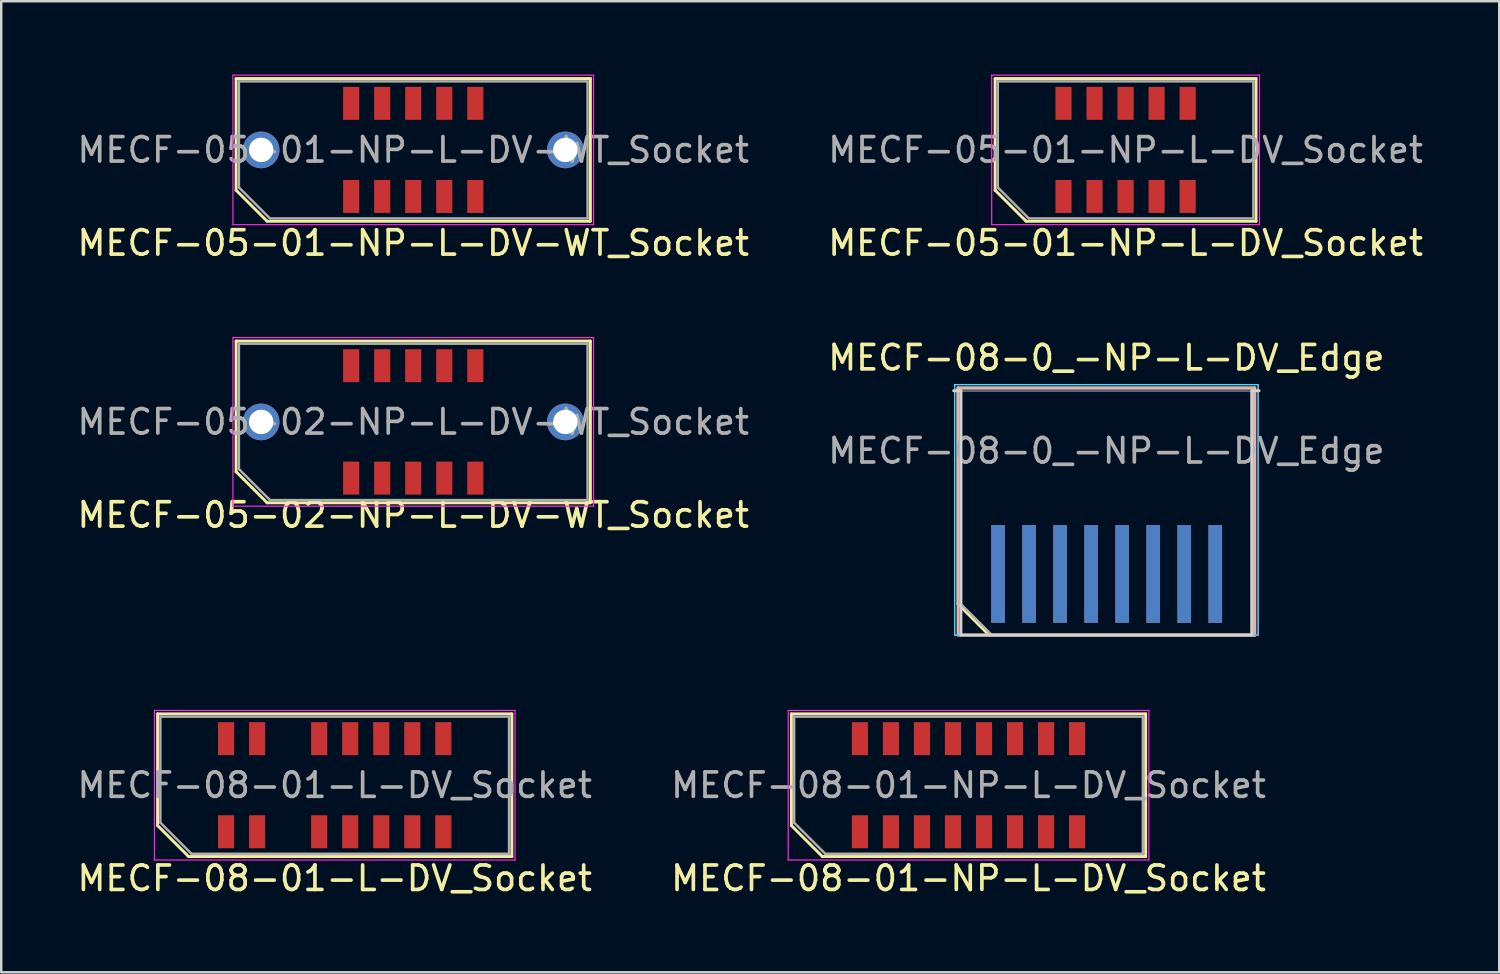
<source format=kicad_pcb>
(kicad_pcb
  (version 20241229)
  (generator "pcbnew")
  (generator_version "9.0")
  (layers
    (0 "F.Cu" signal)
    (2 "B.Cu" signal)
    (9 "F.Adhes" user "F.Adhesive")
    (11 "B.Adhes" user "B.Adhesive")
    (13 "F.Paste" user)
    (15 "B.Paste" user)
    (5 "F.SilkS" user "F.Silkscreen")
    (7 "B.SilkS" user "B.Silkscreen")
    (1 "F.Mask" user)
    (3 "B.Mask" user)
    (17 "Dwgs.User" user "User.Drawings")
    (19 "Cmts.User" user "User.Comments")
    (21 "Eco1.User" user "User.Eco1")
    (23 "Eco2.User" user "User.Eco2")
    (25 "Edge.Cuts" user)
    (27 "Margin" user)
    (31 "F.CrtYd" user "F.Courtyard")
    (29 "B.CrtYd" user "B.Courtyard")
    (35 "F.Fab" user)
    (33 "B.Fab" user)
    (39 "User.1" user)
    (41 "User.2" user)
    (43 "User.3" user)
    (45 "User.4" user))
  (footprint "MECF-08-01-NP-L-DV_Socket"
    (layer "F.Cu")
    (at 36.589 29.087)
    (property "Reference" "MECF-08-01-NP-L-DV_Socket" (at 0 3.81 0) (layer "F.SilkS") (effects (font (size 1 1) (thickness 0.15))))
    (attr smd)
    (fp_line (start -7.25 -2.92) (end 7.25 -2.92) (stroke (width 0.12) (type solid)) (layer "F.SilkS"))
    (fp_line (start -7.25 1.65) (end -7.25 -2.92) (stroke (width 0.12) (type solid)) (layer "F.SilkS"))
    (fp_line (start -5.98 2.92) (end -7.25 1.65) (stroke (width 0.12) (type solid)) (layer "F.SilkS"))
    (fp_line (start -5.98 2.92) (end 7.25 2.92) (stroke (width 0.12) (type solid)) (layer "F.SilkS"))
    (fp_line (start 7.25 2.92) (end 7.25 -2.92) (stroke (width 0.12) (type solid)) (layer "F.SilkS"))
    (fp_line (start -7.38 -3.06) (end -7.38 3.06) (stroke (width 0.05) (type solid)) (layer "F.CrtYd"))
    (fp_line (start -7.38 3.06) (end 7.38 3.06) (stroke (width 0.05) (type solid)) (layer "F.CrtYd"))
    (fp_line (start 7.38 -3.06) (end -7.38 -3.06) (stroke (width 0.05) (type solid)) (layer "F.CrtYd"))
    (fp_line (start 7.38 3.06) (end 7.38 -3.06) (stroke (width 0.05) (type solid)) (layer "F.CrtYd"))
    (fp_line (start -7.135 -2.805) (end 7.135 -2.805) (stroke (width 0.1) (type solid)) (layer "F.Fab"))
    (fp_line (start -7.135 1.535) (end -7.135 -2.805) (stroke (width 0.1) (type solid)) (layer "F.Fab"))
    (fp_line (start -7.135 1.535) (end -5.865 2.805) (stroke (width 0.1) (type solid)) (layer "F.Fab"))
    (fp_line (start -5.865 2.805) (end 7.135 2.805) (stroke (width 0.1) (type solid)) (layer "F.Fab"))
    (fp_line (start 7.135 2.805) (end 7.135 -2.805) (stroke (width 0.1) (type solid)) (layer "F.Fab"))
    (fp_text user "${REFERENCE}" (at 0 0 0) (layer "F.Fab") (effects (font (size 1 1) (thickness 0.15))))
    (pad "" np_thru_hole circle (at -6.225 0) (size 0.001 0.001) (drill 1.45) (layers "*.Cu" "*.Mask"))
    (pad "" np_thru_hole circle (at 6.225 1) (size 0.001 0.001) (drill 1.45) (layers "*.Cu" "*.Mask"))
    (pad "1" smd rect (at -4.445 1.905) (size 0.66 1.35) (layers "F.Cu" "F.Mask" "F.Paste"))
    (pad "2" smd rect (at -4.445 -1.905) (size 0.66 1.35) (layers "F.Cu" "F.Mask" "F.Paste"))
    (pad "3" smd rect (at -3.175 1.905) (size 0.66 1.35) (layers "F.Cu" "F.Mask" "F.Paste"))
    (pad "4" smd rect (at -3.175 -1.905) (size 0.66 1.35) (layers "F.Cu" "F.Mask" "F.Paste"))
    (pad "5" smd rect (at -1.905 1.905) (size 0.66 1.35) (layers "F.Cu" "F.Mask" "F.Paste"))
    (pad "6" smd rect (at -1.905 -1.905) (size 0.66 1.35) (layers "F.Cu" "F.Mask" "F.Paste"))
    (pad "7" smd rect (at -0.635 1.905) (size 0.66 1.35) (layers "F.Cu" "F.Mask" "F.Paste"))
    (pad "8" smd rect (at -0.635 -1.905) (size 0.66 1.35) (layers "F.Cu" "F.Mask" "F.Paste"))
    (pad "9" smd rect (at 0.635 1.905) (size 0.66 1.35) (layers "F.Cu" "F.Mask" "F.Paste"))
    (pad "10" smd rect (at 0.635 -1.905) (size 0.66 1.35) (layers "F.Cu" "F.Mask" "F.Paste"))
    (pad "11" smd rect (at 1.905 1.905) (size 0.66 1.35) (layers "F.Cu" "F.Mask" "F.Paste"))
    (pad "12" smd rect (at 1.905 -1.905) (size 0.66 1.35) (layers "F.Cu" "F.Mask" "F.Paste"))
    (pad "13" smd rect (at 3.175 1.905) (size 0.66 1.35) (layers "F.Cu" "F.Mask" "F.Paste"))
    (pad "14" smd rect (at 3.175 -1.905) (size 0.66 1.35) (layers "F.Cu" "F.Mask" "F.Paste"))
    (pad "15" smd rect (at 4.445 1.905) (size 0.66 1.35) (layers "F.Cu" "F.Mask" "F.Paste"))
    (pad "16" smd rect (at 4.445 -1.905) (size 0.66 1.35) (layers "F.Cu" "F.Mask" "F.Paste")))
  (footprint "MECF-08-0_-NP-L-DV_Edge"
    (layer "F.Cu")
    (at 42.232 17.942)
    (property "Reference" "MECF-08-0_-NP-L-DV_Edge" (at 0 -6.35 0) (layer "F.SilkS") (effects (font (size 1 1) (thickness 0.15))))
    (attr exclude_from_pos_files exclude_from_bom)
    (fp_line (start -6.07 -5.11) (end 6.07 -5.11) (stroke (width 0.12) (type solid)) (layer "F.SilkS"))
    (fp_line (start -6.07 3.73) (end -6.07 -5.11) (stroke (width 0.12) (type solid)) (layer "F.SilkS"))
    (fp_line (start -4.8 5) (end -6.07 3.73) (stroke (width 0.12) (type solid)) (layer "F.SilkS"))
    (fp_line (start -4.8 5) (end 6.07 5) (stroke (width 0.12) (type solid)) (layer "F.SilkS"))
    (fp_line (start 6.07 5) (end 6.07 -5.11) (stroke (width 0.12) (type solid)) (layer "F.SilkS"))
    (fp_line (start -6.07 -5.11) (end 6.07 -5.11) (stroke (width 0.12) (type solid)) (layer "B.SilkS"))
    (fp_line (start -6.07 5) (end -6.07 -5.11) (stroke (width 0.12) (type solid)) (layer "B.SilkS"))
    (fp_line (start -6.07 5) (end 6.07 5) (stroke (width 0.12) (type solid)) (layer "B.SilkS"))
    (fp_line (start 6.07 5) (end 6.07 -5.11) (stroke (width 0.12) (type solid)) (layer "B.SilkS"))
    (fp_line (start -6.25 -5) (end -5.955 -5) (stroke (width 0.12) (type solid)) (layer "Edge.Cuts"))
    (fp_line (start -5.955 5) (end -5.955 -5) (stroke (width 0.12) (type solid)) (layer "Edge.Cuts"))
    (fp_line (start -5.955 5) (end 5.955 5) (stroke (width 0.12) (type solid)) (layer "Edge.Cuts"))
    (fp_line (start 5.955 5) (end 5.955 -5) (stroke (width 0.12) (type solid)) (layer "Edge.Cuts"))
    (fp_line (start 6.25 -5) (end 5.955 -5) (stroke (width 0.12) (type solid)) (layer "Edge.Cuts"))
    (fp_line (start -6.21 -5.25) (end -6.21 5) (stroke (width 0.05) (type solid)) (layer "B.CrtYd"))
    (fp_line (start -6.21 5) (end 6.21 5) (stroke (width 0.05) (type solid)) (layer "B.CrtYd"))
    (fp_line (start 6.21 -5.25) (end -6.21 -5.25) (stroke (width 0.05) (type solid)) (layer "B.CrtYd"))
    (fp_line (start 6.21 5) (end 6.21 -5.25) (stroke (width 0.05) (type solid)) (layer "B.CrtYd"))
    (fp_line (start -6.21 -5.25) (end -6.21 5) (stroke (width 0.05) (type solid)) (layer "F.CrtYd"))
    (fp_line (start -6.21 5) (end 6.21 5) (stroke (width 0.05) (type solid)) (layer "F.CrtYd"))
    (fp_line (start 6.21 -5.25) (end -6.21 -5.25) (stroke (width 0.05) (type solid)) (layer "F.CrtYd"))
    (fp_line (start 6.21 5) (end 6.21 -5.25) (stroke (width 0.05) (type solid)) (layer "F.CrtYd"))
    (fp_line (start -5.955 -5) (end 5.955 -5) (stroke (width 0.1) (type solid)) (layer "B.Fab"))
    (fp_line (start -5.955 5) (end -5.955 -5) (stroke (width 0.1) (type solid)) (layer "B.Fab"))
    (fp_line (start -5.955 5) (end 5.955 5) (stroke (width 0.1) (type solid)) (layer "B.Fab"))
    (fp_line (start 5.955 5) (end 5.955 -5) (stroke (width 0.1) (type solid)) (layer "B.Fab"))
    (fp_line (start -5.955 -5) (end 5.955 -5) (stroke (width 0.1) (type solid)) (layer "F.Fab"))
    (fp_line (start -5.955 3.73) (end -5.955 -5) (stroke (width 0.1) (type solid)) (layer "F.Fab"))
    (fp_line (start -5.955 3.73) (end -4.685 5) (stroke (width 0.1) (type solid)) (layer "F.Fab"))
    (fp_line (start -4.685 5) (end 5.955 5) (stroke (width 0.1) (type solid)) (layer "F.Fab"))
    (fp_line (start 5.955 5) (end 5.955 -5) (stroke (width 0.1) (type solid)) (layer "F.Fab"))
    (fp_text user "${REFERENCE}" (at 0 -2.54 0) (layer "F.Fab") (effects (font (size 1 1) (thickness 0.15))))
    (pad "1" smd rect (at -4.435 2.5) (size 0.56 4) (layers "F.Cu" "F.Mask" "F.Paste"))
    (pad "2" smd rect (at -4.435 2.5) (size 0.56 4) (layers "B.Cu" "B.Mask" "B.Paste"))
    (pad "3" smd rect (at -3.165 2.5) (size 0.56 4) (layers "F.Cu" "F.Mask" "F.Paste"))
    (pad "4" smd rect (at -3.165 2.5) (size 0.56 4) (layers "B.Cu" "B.Mask" "B.Paste"))
    (pad "5" smd rect (at -1.895 2.5) (size 0.56 4) (layers "F.Cu" "F.Mask" "F.Paste"))
    (pad "6" smd rect (at -1.895 2.5) (size 0.56 4) (layers "B.Cu" "B.Mask" "B.Paste"))
    (pad "7" smd rect (at -0.625 2.5) (size 0.56 4) (layers "F.Cu" "F.Mask" "F.Paste"))
    (pad "8" smd rect (at -0.625 2.5) (size 0.56 4) (layers "B.Cu" "B.Mask" "B.Paste"))
    (pad "9" smd rect (at 0.645 2.5) (size 0.56 4) (layers "F.Cu" "F.Mask" "F.Paste"))
    (pad "10" smd rect (at 0.645 2.5) (size 0.56 4) (layers "B.Cu" "B.Mask" "B.Paste"))
    (pad "11" smd rect (at 1.915 2.5) (size 0.56 4) (layers "F.Cu" "F.Mask" "F.Paste"))
    (pad "12" smd rect (at 1.915 2.5) (size 0.56 4) (layers "B.Cu" "B.Mask" "B.Paste"))
    (pad "13" smd rect (at 3.185 2.5) (size 0.56 4) (layers "F.Cu" "F.Mask" "F.Paste"))
    (pad "14" smd rect (at 3.185 2.5) (size 0.56 4) (layers "B.Cu" "B.Mask" "B.Paste"))
    (pad "15" smd rect (at 4.455 2.5) (size 0.56 4) (layers "F.Cu" "F.Mask" "F.Paste"))
    (pad "16" smd rect (at 4.455 2.5) (size 0.56 4) (layers "B.Cu" "B.Mask" "B.Paste")))
  (footprint "MECF-05-02-NP-L-DV-WT_Socket"
    (layer "F.Cu")
    (at 13.863 14.218)
    (property "Reference" "MECF-05-02-NP-L-DV-WT_Socket" (at 0 3.81 0) (layer "F.SilkS") (effects (font (size 1 1) (thickness 0.15))))
    (attr smd)
    (fp_line (start -7.25 -3.31) (end 7.25 -3.31) (stroke (width 0.12) (type solid)) (layer "F.SilkS"))
    (fp_line (start -7.25 2.04) (end -7.25 -3.31) (stroke (width 0.12) (type solid)) (layer "F.SilkS"))
    (fp_line (start -5.98 3.31) (end -7.25 2.04) (stroke (width 0.12) (type solid)) (layer "F.SilkS"))
    (fp_line (start -5.98 3.31) (end 7.25 3.31) (stroke (width 0.12) (type solid)) (layer "F.SilkS"))
    (fp_line (start 7.25 3.31) (end 7.25 -3.31) (stroke (width 0.12) (type solid)) (layer "F.SilkS"))
    (fp_line (start -7.38 -3.45) (end -7.38 3.45) (stroke (width 0.05) (type solid)) (layer "F.CrtYd"))
    (fp_line (start -7.38 3.45) (end 7.38 3.45) (stroke (width 0.05) (type solid)) (layer "F.CrtYd"))
    (fp_line (start 7.38 -3.45) (end -7.38 -3.45) (stroke (width 0.05) (type solid)) (layer "F.CrtYd"))
    (fp_line (start 7.38 3.45) (end 7.38 -3.45) (stroke (width 0.05) (type solid)) (layer "F.CrtYd"))
    (fp_line (start -7.135 -3.2) (end 7.135 -3.2) (stroke (width 0.1) (type solid)) (layer "F.Fab"))
    (fp_line (start -7.135 1.93) (end -7.135 -3.2) (stroke (width 0.1) (type solid)) (layer "F.Fab"))
    (fp_line (start -7.135 1.93) (end -5.865 3.2) (stroke (width 0.1) (type solid)) (layer "F.Fab"))
    (fp_line (start -5.865 3.2) (end 7.135 3.2) (stroke (width 0.1) (type solid)) (layer "F.Fab"))
    (fp_line (start 7.135 3.2) (end 7.135 -3.2) (stroke (width 0.1) (type solid)) (layer "F.Fab"))
    (fp_text user "${REFERENCE}" (at 0 0 0) (layer "F.Fab") (effects (font (size 1 1) (thickness 0.15))))
    (pad "" thru_hole circle (at -6.225 0) (size 1.5 1.5) (drill 1) (layers "*.Cu" "*.Mask"))
    (pad "" np_thru_hole circle (at -4.32 0) (size 0.001 0.001) (drill 1.45) (layers "*.Cu" "*.Mask"))
    (pad "" np_thru_hole circle (at 4.32 1) (size 0.001 0.001) (drill 1.45) (layers "*.Cu" "*.Mask"))
    (pad "" thru_hole circle (at 6.225 0) (size 1.5 1.5) (drill 1) (layers "*.Cu" "*.Mask"))
    (pad "1" smd rect (at -2.54 2.3) (size 0.66 1.35) (layers "F.Cu" "F.Mask" "F.Paste"))
    (pad "2" smd rect (at -2.54 -2.3) (size 0.66 1.35) (layers "F.Cu" "F.Mask" "F.Paste"))
    (pad "3" smd rect (at -1.27 2.3) (size 0.66 1.35) (layers "F.Cu" "F.Mask" "F.Paste"))
    (pad "4" smd rect (at -1.27 -2.3) (size 0.66 1.35) (layers "F.Cu" "F.Mask" "F.Paste"))
    (pad "5" smd rect (at 0 2.3) (size 0.66 1.35) (layers "F.Cu" "F.Mask" "F.Paste"))
    (pad "6" smd rect (at 0 -2.3) (size 0.66 1.35) (layers "F.Cu" "F.Mask" "F.Paste"))
    (pad "7" smd rect (at 1.27 2.3) (size 0.66 1.35) (layers "F.Cu" "F.Mask" "F.Paste"))
    (pad "8" smd rect (at 1.27 -2.3) (size 0.66 1.35) (layers "F.Cu" "F.Mask" "F.Paste"))
    (pad "9" smd rect (at 2.54 2.3) (size 0.66 1.35) (layers "F.Cu" "F.Mask" "F.Paste"))
    (pad "10" smd rect (at 2.54 -2.3) (size 0.66 1.35) (layers "F.Cu" "F.Mask" "F.Paste")))
  (footprint "MECF-08-01-L-DV_Socket"
    (layer "F.Cu")
    (at 10.649 29.087)
    (property "Reference" "MECF-08-01-L-DV_Socket" (at 0 3.81 0) (layer "F.SilkS") (effects (font (size 1 1) (thickness 0.15))))
    (attr smd)
    (fp_line (start -7.25 -2.92) (end 7.25 -2.92) (stroke (width 0.12) (type solid)) (layer "F.SilkS"))
    (fp_line (start -7.25 1.65) (end -7.25 -2.92) (stroke (width 0.12) (type solid)) (layer "F.SilkS"))
    (fp_line (start -5.98 2.92) (end -7.25 1.65) (stroke (width 0.12) (type solid)) (layer "F.SilkS"))
    (fp_line (start -5.98 2.92) (end 7.25 2.92) (stroke (width 0.12) (type solid)) (layer "F.SilkS"))
    (fp_line (start 7.25 2.92) (end 7.25 -2.92) (stroke (width 0.12) (type solid)) (layer "F.SilkS"))
    (fp_line (start -7.38 -3.06) (end -7.38 3.06) (stroke (width 0.05) (type solid)) (layer "F.CrtYd"))
    (fp_line (start -7.38 3.06) (end 7.38 3.06) (stroke (width 0.05) (type solid)) (layer "F.CrtYd"))
    (fp_line (start 7.38 -3.06) (end -7.38 -3.06) (stroke (width 0.05) (type solid)) (layer "F.CrtYd"))
    (fp_line (start 7.38 3.06) (end 7.38 -3.06) (stroke (width 0.05) (type solid)) (layer "F.CrtYd"))
    (fp_line (start -7.135 -2.805) (end 7.135 -2.805) (stroke (width 0.1) (type solid)) (layer "F.Fab"))
    (fp_line (start -7.135 1.535) (end -7.135 -2.805) (stroke (width 0.1) (type solid)) (layer "F.Fab"))
    (fp_line (start -7.135 1.535) (end -5.865 2.805) (stroke (width 0.1) (type solid)) (layer "F.Fab"))
    (fp_line (start -5.865 2.805) (end 7.135 2.805) (stroke (width 0.1) (type solid)) (layer "F.Fab"))
    (fp_line (start 7.135 2.805) (end 7.135 -2.805) (stroke (width 0.1) (type solid)) (layer "F.Fab"))
    (fp_text user "${REFERENCE}" (at 0 0 0) (layer "F.Fab") (effects (font (size 1 1) (thickness 0.15))))
    (pad "" np_thru_hole circle (at -6.225 0) (size 0.001 0.001) (drill 1.45) (layers "*.Cu" "*.Mask"))
    (pad "" np_thru_hole circle (at 6.225 1) (size 0.001 0.001) (drill 1.45) (layers "*.Cu" "*.Mask"))
    (pad "1" smd rect (at -4.445 1.905) (size 0.66 1.35) (layers "F.Cu" "F.Mask" "F.Paste"))
    (pad "2" smd rect (at -4.445 -1.905) (size 0.66 1.35) (layers "F.Cu" "F.Mask" "F.Paste"))
    (pad "3" smd rect (at -3.175 1.905) (size 0.66 1.35) (layers "F.Cu" "F.Mask" "F.Paste"))
    (pad "4" smd rect (at -3.175 -1.905) (size 0.66 1.35) (layers "F.Cu" "F.Mask" "F.Paste"))
    (pad "7" smd rect (at -0.635 1.905) (size 0.66 1.35) (layers "F.Cu" "F.Mask" "F.Paste"))
    (pad "8" smd rect (at -0.635 -1.905) (size 0.66 1.35) (layers "F.Cu" "F.Mask" "F.Paste"))
    (pad "9" smd rect (at 0.635 1.905) (size 0.66 1.35) (layers "F.Cu" "F.Mask" "F.Paste"))
    (pad "10" smd rect (at 0.635 -1.905) (size 0.66 1.35) (layers "F.Cu" "F.Mask" "F.Paste"))
    (pad "11" smd rect (at 1.905 1.905) (size 0.66 1.35) (layers "F.Cu" "F.Mask" "F.Paste"))
    (pad "12" smd rect (at 1.905 -1.905) (size 0.66 1.35) (layers "F.Cu" "F.Mask" "F.Paste"))
    (pad "13" smd rect (at 3.175 1.905) (size 0.66 1.35) (layers "F.Cu" "F.Mask" "F.Paste"))
    (pad "14" smd rect (at 3.175 -1.905) (size 0.66 1.35) (layers "F.Cu" "F.Mask" "F.Paste"))
    (pad "15" smd rect (at 4.445 1.905) (size 0.66 1.35) (layers "F.Cu" "F.Mask" "F.Paste"))
    (pad "16" smd rect (at 4.445 -1.905) (size 0.66 1.35) (layers "F.Cu" "F.Mask" "F.Paste")))
  (footprint "MECF-05-01-NP-L-DV_Socket"
    (layer "F.Cu")
    (at 43.018 3.085)
    (property "Reference" "MECF-05-01-NP-L-DV_Socket" (at 0 3.81 0) (layer "F.SilkS") (effects (font (size 1 1) (thickness 0.15))))
    (attr smd)
    (fp_line (start -5.34 -2.92) (end 5.34 -2.92) (stroke (width 0.12) (type solid)) (layer "F.SilkS"))
    (fp_line (start -5.34 1.65) (end -5.34 -2.92) (stroke (width 0.12) (type solid)) (layer "F.SilkS"))
    (fp_line (start -4.07 2.92) (end -5.34 1.65) (stroke (width 0.12) (type solid)) (layer "F.SilkS"))
    (fp_line (start -4.07 2.92) (end 5.34 2.92) (stroke (width 0.12) (type solid)) (layer "F.SilkS"))
    (fp_line (start 5.34 2.92) (end 5.34 -2.92) (stroke (width 0.12) (type solid)) (layer "F.SilkS"))
    (fp_line (start -5.48 -3.06) (end -5.48 3.06) (stroke (width 0.05) (type solid)) (layer "F.CrtYd"))
    (fp_line (start -5.48 3.06) (end 5.48 3.06) (stroke (width 0.05) (type solid)) (layer "F.CrtYd"))
    (fp_line (start 5.48 -3.06) (end -5.48 -3.06) (stroke (width 0.05) (type solid)) (layer "F.CrtYd"))
    (fp_line (start 5.48 3.06) (end 5.48 -3.06) (stroke (width 0.05) (type solid)) (layer "F.CrtYd"))
    (fp_line (start -5.23 -2.805) (end 5.23 -2.805) (stroke (width 0.1) (type solid)) (layer "F.Fab"))
    (fp_line (start -5.23 1.535) (end -5.23 -2.805) (stroke (width 0.1) (type solid)) (layer "F.Fab"))
    (fp_line (start -5.23 1.535) (end -3.96 2.805) (stroke (width 0.1) (type solid)) (layer "F.Fab"))
    (fp_line (start -3.96 2.805) (end 5.23 2.805) (stroke (width 0.1) (type solid)) (layer "F.Fab"))
    (fp_line (start 5.23 2.805) (end 5.23 -2.805) (stroke (width 0.1) (type solid)) (layer "F.Fab"))
    (fp_text user "${REFERENCE}" (at 0 0 0) (layer "F.Fab") (effects (font (size 1 1) (thickness 0.15))))
    (pad "" np_thru_hole circle (at -4.32 0) (size 0.001 0.001) (drill 1.45) (layers "*.Cu" "*.Mask"))
    (pad "" np_thru_hole circle (at 4.32 1) (size 0.001 0.001) (drill 1.45) (layers "*.Cu" "*.Mask"))
    (pad "1" smd rect (at -2.54 1.905) (size 0.66 1.35) (layers "F.Cu" "F.Mask" "F.Paste"))
    (pad "2" smd rect (at -2.54 -1.905) (size 0.66 1.35) (layers "F.Cu" "F.Mask" "F.Paste"))
    (pad "3" smd rect (at -1.27 1.905) (size 0.66 1.35) (layers "F.Cu" "F.Mask" "F.Paste"))
    (pad "4" smd rect (at -1.27 -1.905) (size 0.66 1.35) (layers "F.Cu" "F.Mask" "F.Paste"))
    (pad "5" smd rect (at 0 1.905) (size 0.66 1.35) (layers "F.Cu" "F.Mask" "F.Paste"))
    (pad "6" smd rect (at 0 -1.905) (size 0.66 1.35) (layers "F.Cu" "F.Mask" "F.Paste"))
    (pad "7" smd rect (at 1.27 1.905) (size 0.66 1.35) (layers "F.Cu" "F.Mask" "F.Paste"))
    (pad "8" smd rect (at 1.27 -1.905) (size 0.66 1.35) (layers "F.Cu" "F.Mask" "F.Paste"))
    (pad "9" smd rect (at 2.54 1.905) (size 0.66 1.35) (layers "F.Cu" "F.Mask" "F.Paste"))
    (pad "10" smd rect (at 2.54 -1.905) (size 0.66 1.35) (layers "F.Cu" "F.Mask" "F.Paste")))
  (footprint "MECF-05-01-NP-L-DV-WT_Socket"
    (layer "F.Cu")
    (at 13.863 3.085)
    (property "Reference" "MECF-05-01-NP-L-DV-WT_Socket" (at 0 3.81 0) (layer "F.SilkS") (effects (font (size 1 1) (thickness 0.15))))
    (attr smd)
    (fp_line (start -7.25 -2.92) (end 7.25 -2.92) (stroke (width 0.12) (type solid)) (layer "F.SilkS"))
    (fp_line (start -7.25 1.65) (end -7.25 -2.92) (stroke (width 0.12) (type solid)) (layer "F.SilkS"))
    (fp_line (start -5.98 2.92) (end -7.25 1.65) (stroke (width 0.12) (type solid)) (layer "F.SilkS"))
    (fp_line (start -5.98 2.92) (end 7.25 2.92) (stroke (width 0.12) (type solid)) (layer "F.SilkS"))
    (fp_line (start 7.25 2.92) (end 7.25 -2.92) (stroke (width 0.12) (type solid)) (layer "F.SilkS"))
    (fp_line (start -7.38 -3.06) (end -7.38 3.06) (stroke (width 0.05) (type solid)) (layer "F.CrtYd"))
    (fp_line (start -7.38 3.06) (end 7.38 3.06) (stroke (width 0.05) (type solid)) (layer "F.CrtYd"))
    (fp_line (start 7.38 -3.06) (end -7.38 -3.06) (stroke (width 0.05) (type solid)) (layer "F.CrtYd"))
    (fp_line (start 7.38 3.06) (end 7.38 -3.06) (stroke (width 0.05) (type solid)) (layer "F.CrtYd"))
    (fp_line (start -7.135 -2.805) (end 7.135 -2.805) (stroke (width 0.1) (type solid)) (layer "F.Fab"))
    (fp_line (start -7.135 1.535) (end -7.135 -2.805) (stroke (width 0.1) (type solid)) (layer "F.Fab"))
    (fp_line (start -7.135 1.535) (end -5.865 2.805) (stroke (width 0.1) (type solid)) (layer "F.Fab"))
    (fp_line (start -5.865 2.805) (end 7.135 2.805) (stroke (width 0.1) (type solid)) (layer "F.Fab"))
    (fp_line (start 7.135 2.805) (end 7.135 -2.805) (stroke (width 0.1) (type solid)) (layer "F.Fab"))
    (fp_text user "${REFERENCE}" (at 0 0 0) (layer "F.Fab") (effects (font (size 1 1) (thickness 0.15))))
    (pad "" thru_hole circle (at -6.225 0) (size 1.5 1.5) (drill 1) (layers "*.Cu" "*.Mask"))
    (pad "" np_thru_hole circle (at -4.32 0) (size 0.001 0.001) (drill 1.45) (layers "*.Cu" "*.Mask"))
    (pad "" np_thru_hole circle (at 4.32 1) (size 0.001 0.001) (drill 1.45) (layers "*.Cu" "*.Mask"))
    (pad "" thru_hole circle (at 6.225 0) (size 1.5 1.5) (drill 1) (layers "*.Cu" "*.Mask"))
    (pad "1" smd rect (at -2.54 1.905) (size 0.66 1.35) (layers "F.Cu" "F.Mask" "F.Paste"))
    (pad "2" smd rect (at -2.54 -1.905) (size 0.66 1.35) (layers "F.Cu" "F.Mask" "F.Paste"))
    (pad "3" smd rect (at -1.27 1.905) (size 0.66 1.35) (layers "F.Cu" "F.Mask" "F.Paste"))
    (pad "4" smd rect (at -1.27 -1.905) (size 0.66 1.35) (layers "F.Cu" "F.Mask" "F.Paste"))
    (pad "5" smd rect (at 0 1.905) (size 0.66 1.35) (layers "F.Cu" "F.Mask" "F.Paste"))
    (pad "6" smd rect (at 0 -1.905) (size 0.66 1.35) (layers "F.Cu" "F.Mask" "F.Paste"))
    (pad "7" smd rect (at 1.27 1.905) (size 0.66 1.35) (layers "F.Cu" "F.Mask" "F.Paste"))
    (pad "8" smd rect (at 1.27 -1.905) (size 0.66 1.35) (layers "F.Cu" "F.Mask" "F.Paste"))
    (pad "9" smd rect (at 2.54 1.905) (size 0.66 1.35) (layers "F.Cu" "F.Mask" "F.Paste"))
    (pad "10" smd rect (at 2.54 -1.905) (size 0.66 1.35) (layers "F.Cu" "F.Mask" "F.Paste")))
  (gr_rect
    (start -3 -3)
    (end 58.31 36.745)
    (stroke (width 0.1) (type default))
    (fill no)
    (layer "Edge.Cuts")))
</source>
